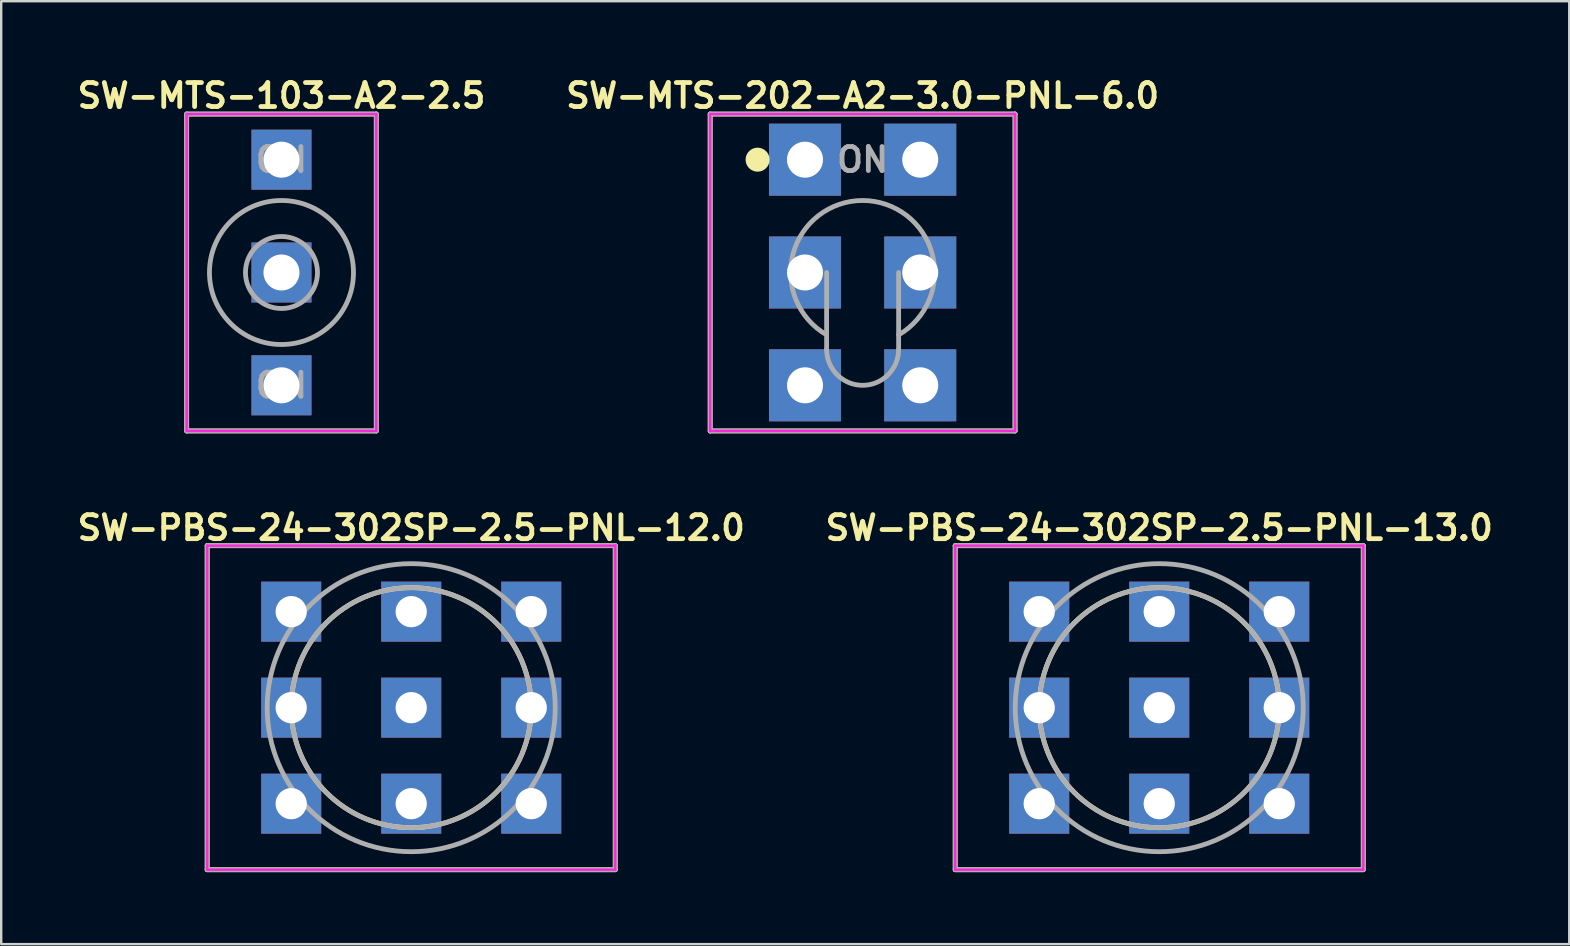
<source format=kicad_pcb>
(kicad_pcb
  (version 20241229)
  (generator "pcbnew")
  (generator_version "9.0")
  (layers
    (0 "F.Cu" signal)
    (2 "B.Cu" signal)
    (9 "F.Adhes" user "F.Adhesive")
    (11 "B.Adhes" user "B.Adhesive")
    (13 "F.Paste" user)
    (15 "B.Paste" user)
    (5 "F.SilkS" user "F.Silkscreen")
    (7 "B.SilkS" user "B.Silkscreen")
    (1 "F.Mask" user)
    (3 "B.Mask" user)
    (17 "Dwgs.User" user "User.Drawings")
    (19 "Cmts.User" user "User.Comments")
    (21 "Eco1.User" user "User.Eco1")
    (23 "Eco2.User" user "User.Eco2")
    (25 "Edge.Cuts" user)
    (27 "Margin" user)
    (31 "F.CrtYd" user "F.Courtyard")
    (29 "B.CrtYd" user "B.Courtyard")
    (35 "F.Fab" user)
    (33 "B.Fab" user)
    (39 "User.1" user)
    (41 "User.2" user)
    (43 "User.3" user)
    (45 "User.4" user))
  (footprint "SW-MTS-103-A2-2.5"
    (layer "F.Cu")
    (at 8.676 8.302)
    (property "Reference" "SW-MTS-103-A2-2.5" (at 0 -7.366 0) (layer "F.SilkS") (effects (font (size 1 1) (thickness 0.2))))
    (attr through_hole)
    (fp_line (start -3.95 -6.6) (end -3.95 6.6) (stroke (width 0.2) (type solid)) (layer "F.SilkS"))
    (fp_line (start -3.95 -6.6) (end 3.95 -6.6) (stroke (width 0.2) (type solid)) (layer "F.SilkS"))
    (fp_line (start -3.95 6.6) (end 3.95 6.6) (stroke (width 0.2) (type solid)) (layer "F.SilkS"))
    (fp_line (start 3.95 -6.6) (end 3.95 6.6) (stroke (width 0.2) (type solid)) (layer "F.SilkS"))
    (fp_line (start -3.95 -6.6) (end -3.95 6.6) (stroke (width 0.1) (type solid)) (layer "F.CrtYd"))
    (fp_line (start -3.95 -6.6) (end 3.95 -6.6) (stroke (width 0.1) (type solid)) (layer "F.CrtYd"))
    (fp_line (start -3.95 6.6) (end 3.95 6.6) (stroke (width 0.1) (type solid)) (layer "F.CrtYd"))
    (fp_line (start 3.95 -6.6) (end 3.95 6.6) (stroke (width 0.1) (type solid)) (layer "F.CrtYd"))
    (fp_line (start -3.95 -6.6) (end -3.95 6.6) (stroke (width 0.2) (type solid)) (layer "F.Fab"))
    (fp_line (start -3.95 -6.6) (end 3.95 -6.6) (stroke (width 0.2) (type solid)) (layer "F.Fab"))
    (fp_line (start -3.95 6.6) (end 3.95 6.6) (stroke (width 0.2) (type solid)) (layer "F.Fab"))
    (fp_line (start 3.95 -6.6) (end 3.95 6.6) (stroke (width 0.2) (type solid)) (layer "F.Fab"))
    (fp_circle (center 0 0) (end 1.5 0) (stroke (width 0.2) (type solid)) (fill no) (layer "F.Fab"))
    (fp_circle (center 0 0) (end 3 0) (stroke (width 0.2) (type solid)) (fill no) (layer "F.Fab"))
    (fp_text user "ON" (at 0 -4.7 0) (layer "F.Fab") (effects (font (size 1 1) (thickness 0.2))))
    (fp_text user "ON" (at 0 4.7 0) (layer "F.Fab") (effects (font (size 1 1) (thickness 0.2))))
    (pad "COM" thru_hole rect (at 0 0) (size 2.5 2.5) (drill 1.5) (layers "B.Cu" "B.Mask"))
    (pad "NO_1" thru_hole rect (at 0 -4.7) (size 2.5 2.5) (drill 1.5) (layers "B.Cu" "B.Mask"))
    (pad "NO_2" thru_hole rect (at 0 4.7) (size 2.5 2.5) (drill 1.5) (layers "B.Cu" "B.Mask")))
  (footprint "SW-PBS-24-302SP-2.5-PNL-13.0"
    (layer "F.Cu")
    (at 45.243 26.431)
    (property "Reference" "SW-PBS-24-302SP-2.5-PNL-13.0" (at 0 -7.493 0) (layer "F.SilkS") (effects (font (size 1 1) (thickness 0.2))))
    (attr through_hole)
    (fp_line (start -8.5 -6.75) (end -8.5 6.75) (stroke (width 0.2) (type solid)) (layer "F.SilkS"))
    (fp_line (start -8.5 -6.75) (end 8.5 -6.75) (stroke (width 0.2) (type solid)) (layer "F.SilkS"))
    (fp_line (start -8.5 6.75) (end 8.5 6.75) (stroke (width 0.2) (type solid)) (layer "F.SilkS"))
    (fp_line (start 8.5 -6.75) (end 8.5 6.75) (stroke (width 0.2) (type solid)) (layer "F.SilkS"))
    (fp_circle (center 0 0) (end 5 0) (stroke (width 0.2) (type solid)) (fill no) (layer "F.SilkS"))
    (fp_circle (center 0 0) (end 6.5 0) (stroke (width 0.4) (type solid)) (fill no) (layer "Eco1.User"))
    (fp_line (start -8.5 -6.75) (end -8.5 6.75) (stroke (width 0.1) (type solid)) (layer "F.CrtYd"))
    (fp_line (start -8.5 -6.75) (end 8.5 -6.75) (stroke (width 0.1) (type solid)) (layer "F.CrtYd"))
    (fp_line (start -8.5 6.75) (end 8.5 6.75) (stroke (width 0.1) (type solid)) (layer "F.CrtYd"))
    (fp_line (start 8.5 -6.75) (end 8.5 6.75) (stroke (width 0.1) (type solid)) (layer "F.CrtYd"))
    (fp_line (start -8.5 -6.75) (end -8.5 6.75) (stroke (width 0.2) (type solid)) (layer "F.Fab"))
    (fp_line (start -8.5 -6.75) (end 8.5 -6.75) (stroke (width 0.2) (type solid)) (layer "F.Fab"))
    (fp_line (start -8.5 6.75) (end 8.5 6.75) (stroke (width 0.2) (type solid)) (layer "F.Fab"))
    (fp_line (start 8.5 -6.75) (end 8.5 6.75) (stroke (width 0.2) (type solid)) (layer "F.Fab"))
    (fp_circle (center 0 0) (end 5 0) (stroke (width 0.2) (type solid)) (fill no) (layer "F.Fab"))
    (fp_circle (center 0 0) (end 6 0) (stroke (width 0.2) (type solid)) (fill no) (layer "F.Fab"))
    (pad "COM1" thru_hole rect (at -5 0) (size 2.5 2.5) (drill 1.3) (layers "B.Cu" "B.Mask"))
    (pad "COM2" thru_hole rect (at 0 0) (size 2.5 2.5) (drill 1.3) (layers "B.Cu" "B.Mask"))
    (pad "COM3" thru_hole rect (at 5 0) (size 2.5 2.5) (drill 1.3) (layers "B.Cu" "B.Mask"))
    (pad "NC1" thru_hole rect (at -5 4) (size 2.5 2.5) (drill 1.3) (layers "B.Cu" "B.Mask"))
    (pad "NC2" thru_hole rect (at 0 4) (size 2.5 2.5) (drill 1.3) (layers "B.Cu" "B.Mask"))
    (pad "NC3" thru_hole rect (at 5 4) (size 2.5 2.5) (drill 1.3) (layers "B.Cu" "B.Mask"))
    (pad "NO1" thru_hole rect (at -5 -4) (size 2.5 2.5) (drill 1.3) (layers "B.Cu" "B.Mask"))
    (pad "NO2" thru_hole rect (at 0 -4) (size 2.5 2.5) (drill 1.3) (layers "B.Cu" "B.Mask"))
    (pad "NO3" thru_hole rect (at 5 -4) (size 2.5 2.5) (drill 1.3) (layers "B.Cu" "B.Mask")))
  (footprint "SW-MTS-202-A2-3.0-PNL-6.0"
    (layer "F.Cu")
    (at 32.886 8.302)
    (property "Reference" "SW-MTS-202-A2-3.0-PNL-6.0" (at 0 -7.366 0) (layer "F.SilkS") (effects (font (size 1 1) (thickness 0.2))))
    (attr through_hole)
    (fp_line (start -6.35 -6.6) (end -6.35 6.6) (stroke (width 0.2) (type solid)) (layer "F.SilkS"))
    (fp_line (start -6.35 -6.6) (end 6.35 -6.6) (stroke (width 0.2) (type solid)) (layer "F.SilkS"))
    (fp_line (start -6.35 6.6) (end 6.35 6.6) (stroke (width 0.2) (type solid)) (layer "F.SilkS"))
    (fp_line (start 6.35 -6.6) (end 6.35 6.6) (stroke (width 0.2) (type solid)) (layer "F.SilkS"))
    (fp_circle (center -4.375 -4.7) (end -4.125 -4.7) (stroke (width 0.5) (type solid)) (fill no) (layer "F.SilkS"))
    (fp_circle (center 0 0) (end 3 0) (stroke (width 0.4) (type solid)) (fill no) (layer "Eco1.User"))
    (fp_line (start -6.35 -6.6) (end -6.35 6.6) (stroke (width 0.1) (type solid)) (layer "F.CrtYd"))
    (fp_line (start -6.35 -6.6) (end 6.35 -6.6) (stroke (width 0.1) (type solid)) (layer "F.CrtYd"))
    (fp_line (start -6.35 6.6) (end 6.35 6.6) (stroke (width 0.1) (type solid)) (layer "F.CrtYd"))
    (fp_line (start 6.35 -6.6) (end 6.35 6.6) (stroke (width 0.1) (type solid)) (layer "F.CrtYd"))
    (fp_line (start -6.35 -6.6) (end -6.35 6.6) (stroke (width 0.2) (type solid)) (layer "F.Fab"))
    (fp_line (start -6.35 -6.6) (end 6.35 -6.6) (stroke (width 0.2) (type solid)) (layer "F.Fab"))
    (fp_line (start -6.35 6.6) (end 6.35 6.6) (stroke (width 0.2) (type solid)) (layer "F.Fab"))
    (fp_line (start -1.5 0) (end -1.5 3.2) (stroke (width 0.2) (type solid)) (layer "F.Fab"))
    (fp_line (start 1.5 0) (end 1.5 3.2) (stroke (width 0.2) (type solid)) (layer "F.Fab"))
    (fp_line (start 6.35 -6.6) (end 6.35 6.6) (stroke (width 0.2) (type solid)) (layer "F.Fab"))
    (fp_arc (start -1.5 2.598076) (mid 0 -3) (end 1.5 2.598076) (stroke (width 0.2) (type solid)) (layer "F.Fab"))
    (fp_arc (start 1.5 3.2) (mid 0 4.7) (end -1.5 3.2) (stroke (width 0.2) (type solid)) (layer "F.Fab"))
    (fp_text user "ON" (at 0 -4.7 0) (layer "F.Fab") (effects (font (size 1 1) (thickness 0.2))))
    (pad "COM1" thru_hole rect (at -2.4 0) (size 3 3) (drill 1.5) (layers "B.Cu" "B.Mask"))
    (pad "COM2" thru_hole rect (at 2.4 0) (size 3 3) (drill 1.5) (layers "B.Cu" "B.Mask"))
    (pad "NC1" thru_hole rect (at -2.4 -4.7) (size 3 3) (drill 1.5) (layers "B.Cu" "B.Mask"))
    (pad "NC2" thru_hole rect (at 2.4 -4.7) (size 3 3) (drill 1.5) (layers "B.Cu" "B.Mask"))
    (pad "NO1" thru_hole rect (at -2.4 4.7) (size 3 3) (drill 1.5) (layers "B.Cu" "B.Mask"))
    (pad "NO2" thru_hole rect (at 2.4 4.7) (size 3 3) (drill 1.5) (layers "B.Cu" "B.Mask")))
  (footprint "SW-PBS-24-302SP-2.5-PNL-12.0"
    (layer "F.Cu")
    (at 14.081 26.431)
    (property "Reference" "SW-PBS-24-302SP-2.5-PNL-12.0" (at 0 -7.493 0) (layer "F.SilkS") (effects (font (size 1 1) (thickness 0.2))))
    (attr through_hole)
    (fp_line (start -8.5 -6.75) (end -8.5 6.75) (stroke (width 0.2) (type solid)) (layer "F.SilkS"))
    (fp_line (start -8.5 -6.75) (end 8.5 -6.75) (stroke (width 0.2) (type solid)) (layer "F.SilkS"))
    (fp_line (start -8.5 6.75) (end 8.5 6.75) (stroke (width 0.2) (type solid)) (layer "F.SilkS"))
    (fp_line (start 8.5 -6.75) (end 8.5 6.75) (stroke (width 0.2) (type solid)) (layer "F.SilkS"))
    (fp_circle (center 0 0) (end 5 0) (stroke (width 0.2) (type solid)) (fill no) (layer "F.SilkS"))
    (fp_circle (center 0 0) (end 6 0) (stroke (width 0.4) (type solid)) (fill no) (layer "Eco1.User"))
    (fp_line (start -8.5 -6.75) (end -8.5 6.75) (stroke (width 0.1) (type solid)) (layer "F.CrtYd"))
    (fp_line (start -8.5 -6.75) (end 8.5 -6.75) (stroke (width 0.1) (type solid)) (layer "F.CrtYd"))
    (fp_line (start -8.5 6.75) (end 8.5 6.75) (stroke (width 0.1) (type solid)) (layer "F.CrtYd"))
    (fp_line (start 8.5 -6.75) (end 8.5 6.75) (stroke (width 0.1) (type solid)) (layer "F.CrtYd"))
    (fp_line (start -8.5 -6.75) (end -8.5 6.75) (stroke (width 0.2) (type solid)) (layer "F.Fab"))
    (fp_line (start -8.5 -6.75) (end 8.5 -6.75) (stroke (width 0.2) (type solid)) (layer "F.Fab"))
    (fp_line (start -8.5 6.75) (end 8.5 6.75) (stroke (width 0.2) (type solid)) (layer "F.Fab"))
    (fp_line (start 8.5 -6.75) (end 8.5 6.75) (stroke (width 0.2) (type solid)) (layer "F.Fab"))
    (fp_circle (center 0 0) (end 5 0) (stroke (width 0.2) (type solid)) (fill no) (layer "F.Fab"))
    (fp_circle (center 0 0) (end 6 0) (stroke (width 0.2) (type solid)) (fill no) (layer "F.Fab"))
    (pad "COM1" thru_hole rect (at -5 0) (size 2.5 2.5) (drill 1.3) (layers "B.Cu" "B.Mask"))
    (pad "COM2" thru_hole rect (at 0 0) (size 2.5 2.5) (drill 1.3) (layers "B.Cu" "B.Mask"))
    (pad "COM3" thru_hole rect (at 5 0) (size 2.5 2.5) (drill 1.3) (layers "B.Cu" "B.Mask"))
    (pad "NC1" thru_hole rect (at -5 4) (size 2.5 2.5) (drill 1.3) (layers "B.Cu" "B.Mask"))
    (pad "NC2" thru_hole rect (at 0 4) (size 2.5 2.5) (drill 1.3) (layers "B.Cu" "B.Mask"))
    (pad "NC3" thru_hole rect (at 5 4) (size 2.5 2.5) (drill 1.3) (layers "B.Cu" "B.Mask"))
    (pad "NO1" thru_hole rect (at -5 -4) (size 2.5 2.5) (drill 1.3) (layers "B.Cu" "B.Mask"))
    (pad "NO2" thru_hole rect (at 0 -4) (size 2.5 2.5) (drill 1.3) (layers "B.Cu" "B.Mask"))
    (pad "NO3" thru_hole rect (at 5 -4) (size 2.5 2.5) (drill 1.3) (layers "B.Cu" "B.Mask")))
  (gr_rect
    (start -3 -3)
    (end 62.324 36.281)
    (stroke (width 0.1) (type default))
    (fill no)
    (layer "Edge.Cuts")))
</source>
